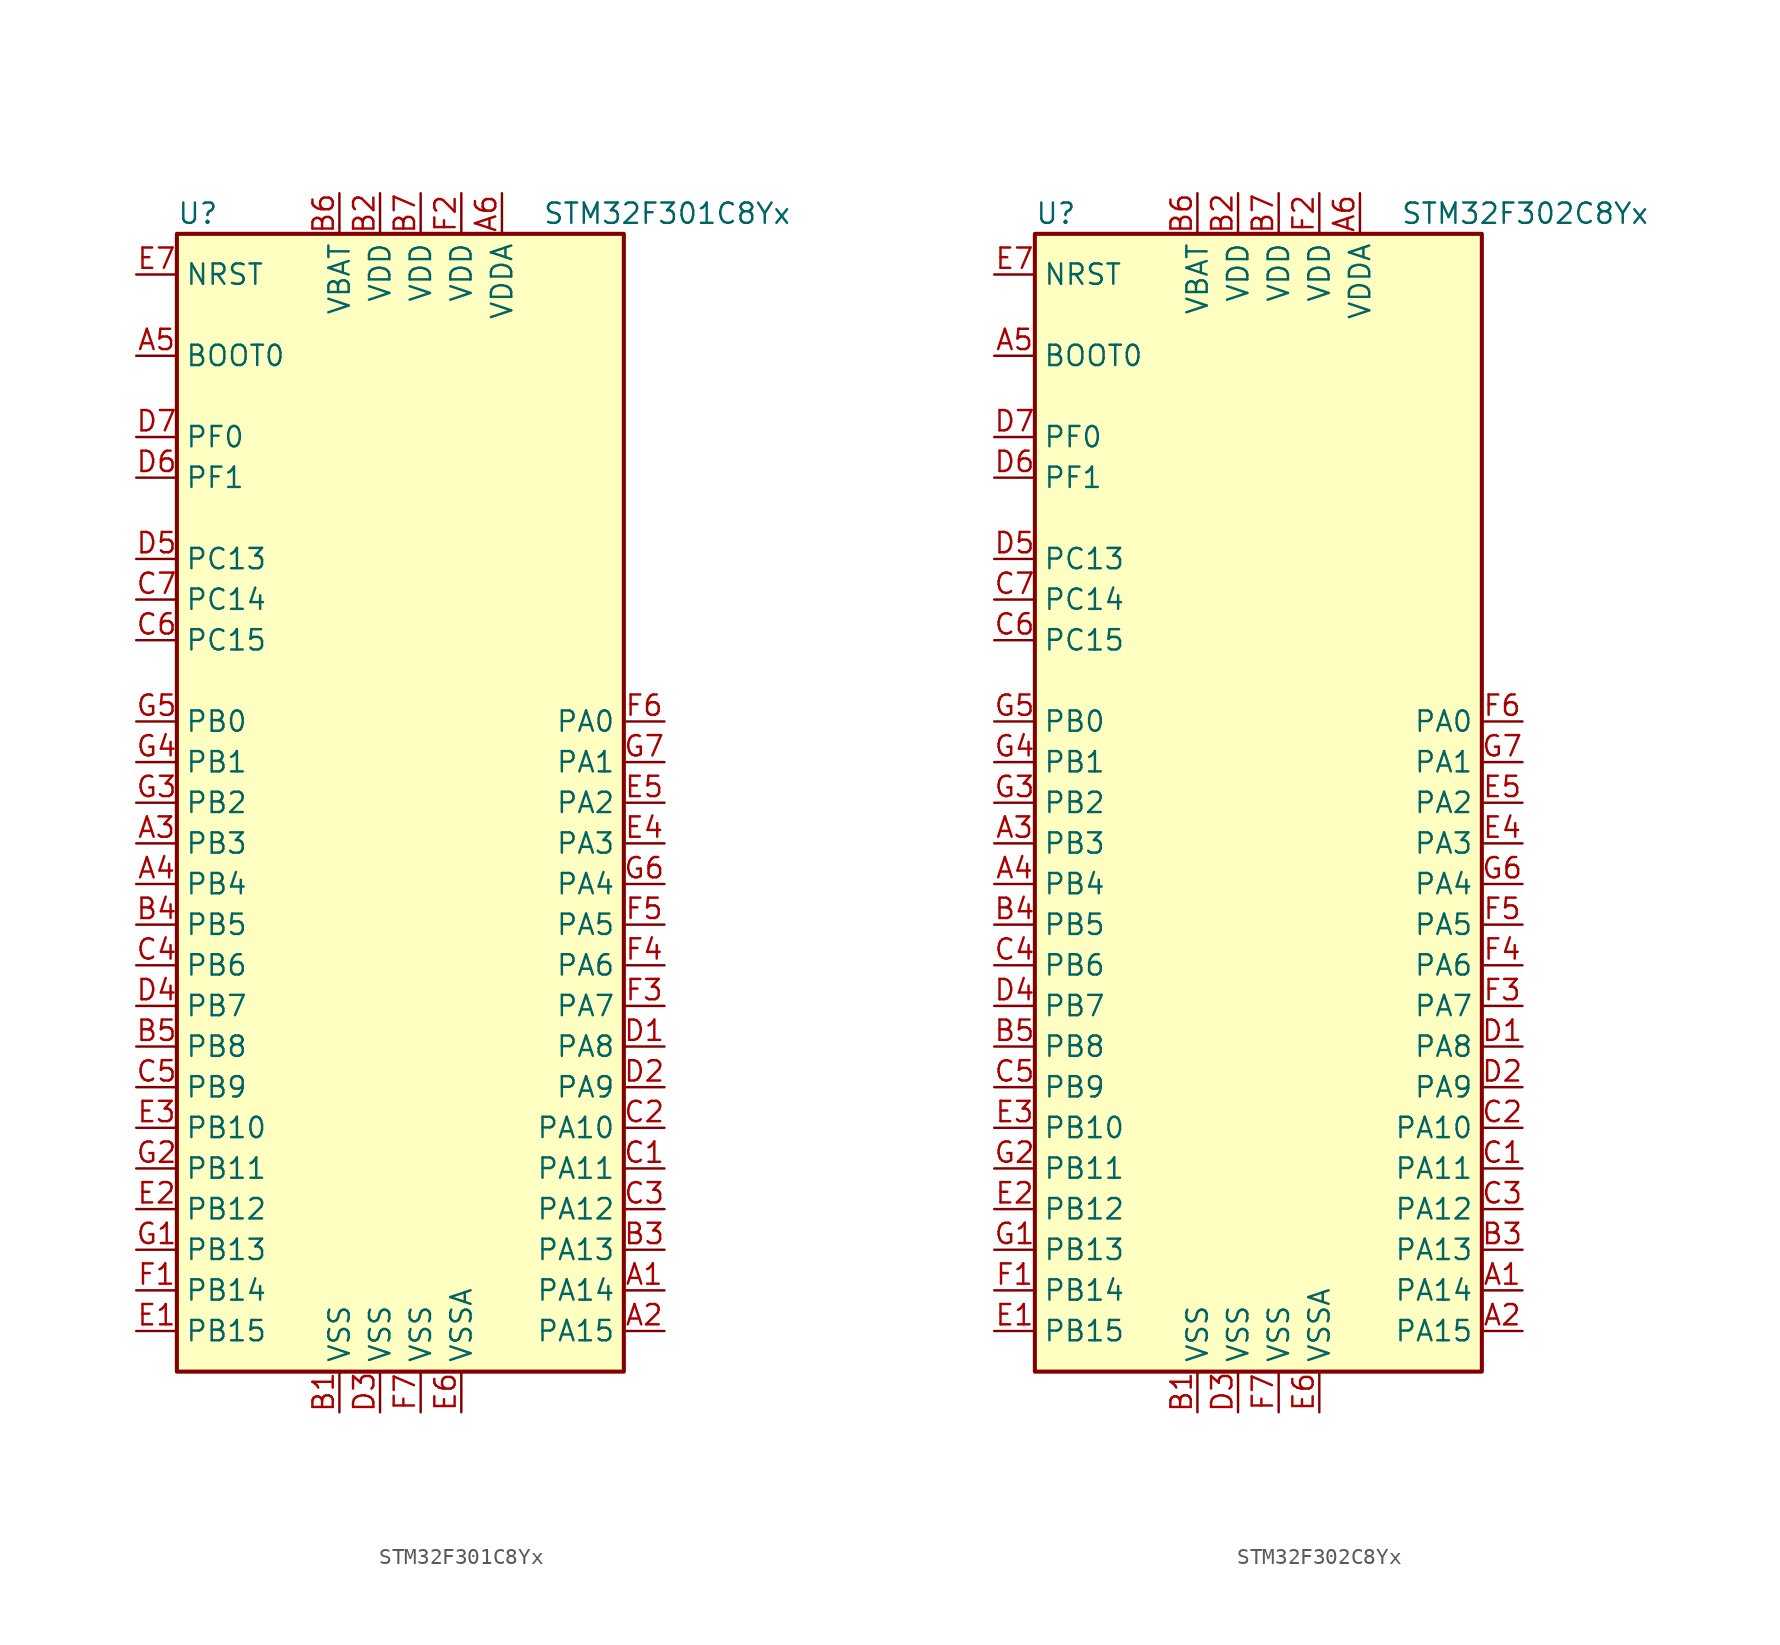
<source format=kicad_sym>
(kicad_symbol_lib
  (version 20201005)
  (generator kicad_symbol_editor)
  (symbol "MCU_ST_STM32F3:STM32F301C8Yx"
    (property "Reference" "U"
      (at -15.24 36.83 0)
      (effects (font (size 1.27 1.27)) (justify left)))
    (property "Value" "STM32F301C8Yx"
      (at 7.62 36.83 0)
      (effects (font (size 1.27 1.27)) (justify left)))
    (symbol "STM32F301C8Yx_0_1"
      (rectangle (start -15.24 -35.56) (end 12.7 35.56) (stroke (width 0.254)) (fill (type background))))
    (symbol "STM32F301C8Yx_1_1"
      (pin input line (at -17.78 27.94 0) (length 2.54) (name "BOOT0" (effects (font (size 1.27 1.27)))) (number "A5" (effects (font (size 1.27 1.27)))))
      (pin no_connect line (at -15.24 -33.02 0) (length 2.54) hide (name "NC" (effects (font (size 1.27 1.27)))) (number "A7" (effects (font (size 1.27 1.27)))))
      (pin input line (at -17.78 33.02 0) (length 2.54) (name "NRST" (effects (font (size 1.27 1.27)))) (number "E7" (effects (font (size 1.27 1.27)))))
      (pin bidirectional line (at 15.24 5.08 180) (length 2.54) (name "PA0" (effects (font (size 1.27 1.27)))) (number "F6" (effects (font (size 1.27 1.27)))))
      (pin bidirectional line (at 15.24 2.54 180) (length 2.54) (name "PA1" (effects (font (size 1.27 1.27)))) (number "G7" (effects (font (size 1.27 1.27)))))
      (pin bidirectional line (at 15.24 -20.32 180) (length 2.54) (name "PA10" (effects (font (size 1.27 1.27)))) (number "C2" (effects (font (size 1.27 1.27)))))
      (pin bidirectional line (at 15.24 -22.86 180) (length 2.54) (name "PA11" (effects (font (size 1.27 1.27)))) (number "C1" (effects (font (size 1.27 1.27)))))
      (pin bidirectional line (at 15.24 -25.4 180) (length 2.54) (name "PA12" (effects (font (size 1.27 1.27)))) (number "C3" (effects (font (size 1.27 1.27)))))
      (pin bidirectional line (at 15.24 -27.94 180) (length 2.54) (name "PA13" (effects (font (size 1.27 1.27)))) (number "B3" (effects (font (size 1.27 1.27)))))
      (pin bidirectional line (at 15.24 -30.48 180) (length 2.54) (name "PA14" (effects (font (size 1.27 1.27)))) (number "A1" (effects (font (size 1.27 1.27)))))
      (pin bidirectional line (at 15.24 -33.02 180) (length 2.54) (name "PA15" (effects (font (size 1.27 1.27)))) (number "A2" (effects (font (size 1.27 1.27)))))
      (pin bidirectional line (at 15.24 0 180) (length 2.54) (name "PA2" (effects (font (size 1.27 1.27)))) (number "E5" (effects (font (size 1.27 1.27)))))
      (pin bidirectional line (at 15.24 -2.54 180) (length 2.54) (name "PA3" (effects (font (size 1.27 1.27)))) (number "E4" (effects (font (size 1.27 1.27)))))
      (pin bidirectional line (at 15.24 -5.08 180) (length 2.54) (name "PA4" (effects (font (size 1.27 1.27)))) (number "G6" (effects (font (size 1.27 1.27)))))
      (pin bidirectional line (at 15.24 -7.62 180) (length 2.54) (name "PA5" (effects (font (size 1.27 1.27)))) (number "F5" (effects (font (size 1.27 1.27)))))
      (pin bidirectional line (at 15.24 -10.16 180) (length 2.54) (name "PA6" (effects (font (size 1.27 1.27)))) (number "F4" (effects (font (size 1.27 1.27)))))
      (pin bidirectional line (at 15.24 -12.7 180) (length 2.54) (name "PA7" (effects (font (size 1.27 1.27)))) (number "F3" (effects (font (size 1.27 1.27)))))
      (pin bidirectional line (at 15.24 -15.24 180) (length 2.54) (name "PA8" (effects (font (size 1.27 1.27)))) (number "D1" (effects (font (size 1.27 1.27)))))
      (pin bidirectional line (at 15.24 -17.78 180) (length 2.54) (name "PA9" (effects (font (size 1.27 1.27)))) (number "D2" (effects (font (size 1.27 1.27)))))
      (pin bidirectional line (at -17.78 5.08 0) (length 2.54) (name "PB0" (effects (font (size 1.27 1.27)))) (number "G5" (effects (font (size 1.27 1.27)))))
      (pin bidirectional line (at -17.78 2.54 0) (length 2.54) (name "PB1" (effects (font (size 1.27 1.27)))) (number "G4" (effects (font (size 1.27 1.27)))))
      (pin bidirectional line (at -17.78 -20.32 0) (length 2.54) (name "PB10" (effects (font (size 1.27 1.27)))) (number "E3" (effects (font (size 1.27 1.27)))))
      (pin bidirectional line (at -17.78 -22.86 0) (length 2.54) (name "PB11" (effects (font (size 1.27 1.27)))) (number "G2" (effects (font (size 1.27 1.27)))))
      (pin bidirectional line (at -17.78 -25.4 0) (length 2.54) (name "PB12" (effects (font (size 1.27 1.27)))) (number "E2" (effects (font (size 1.27 1.27)))))
      (pin bidirectional line (at -17.78 -27.94 0) (length 2.54) (name "PB13" (effects (font (size 1.27 1.27)))) (number "G1" (effects (font (size 1.27 1.27)))))
      (pin bidirectional line (at -17.78 -30.48 0) (length 2.54) (name "PB14" (effects (font (size 1.27 1.27)))) (number "F1" (effects (font (size 1.27 1.27)))))
      (pin bidirectional line (at -17.78 -33.02 0) (length 2.54) (name "PB15" (effects (font (size 1.27 1.27)))) (number "E1" (effects (font (size 1.27 1.27)))))
      (pin bidirectional line (at -17.78 0 0) (length 2.54) (name "PB2" (effects (font (size 1.27 1.27)))) (number "G3" (effects (font (size 1.27 1.27)))))
      (pin bidirectional line (at -17.78 -2.54 0) (length 2.54) (name "PB3" (effects (font (size 1.27 1.27)))) (number "A3" (effects (font (size 1.27 1.27)))))
      (pin bidirectional line (at -17.78 -5.08 0) (length 2.54) (name "PB4" (effects (font (size 1.27 1.27)))) (number "A4" (effects (font (size 1.27 1.27)))))
      (pin bidirectional line (at -17.78 -7.62 0) (length 2.54) (name "PB5" (effects (font (size 1.27 1.27)))) (number "B4" (effects (font (size 1.27 1.27)))))
      (pin bidirectional line (at -17.78 -10.16 0) (length 2.54) (name "PB6" (effects (font (size 1.27 1.27)))) (number "C4" (effects (font (size 1.27 1.27)))))
      (pin bidirectional line (at -17.78 -12.7 0) (length 2.54) (name "PB7" (effects (font (size 1.27 1.27)))) (number "D4" (effects (font (size 1.27 1.27)))))
      (pin bidirectional line (at -17.78 -15.24 0) (length 2.54) (name "PB8" (effects (font (size 1.27 1.27)))) (number "B5" (effects (font (size 1.27 1.27)))))
      (pin bidirectional line (at -17.78 -17.78 0) (length 2.54) (name "PB9" (effects (font (size 1.27 1.27)))) (number "C5" (effects (font (size 1.27 1.27)))))
      (pin bidirectional line (at -17.78 15.24 0) (length 2.54) (name "PC13" (effects (font (size 1.27 1.27)))) (number "D5" (effects (font (size 1.27 1.27)))))
      (pin bidirectional line (at -17.78 12.7 0) (length 2.54) (name "PC14" (effects (font (size 1.27 1.27)))) (number "C7" (effects (font (size 1.27 1.27)))))
      (pin bidirectional line (at -17.78 10.16 0) (length 2.54) (name "PC15" (effects (font (size 1.27 1.27)))) (number "C6" (effects (font (size 1.27 1.27)))))
      (pin input line (at -17.78 22.86 0) (length 2.54) (name "PF0" (effects (font (size 1.27 1.27)))) (number "D7" (effects (font (size 1.27 1.27)))))
      (pin input line (at -17.78 20.32 0) (length 2.54) (name "PF1" (effects (font (size 1.27 1.27)))) (number "D6" (effects (font (size 1.27 1.27)))))
      (pin power_in line (at -5.08 38.1 270) (length 2.54) (name "VBAT" (effects (font (size 1.27 1.27)))) (number "B6" (effects (font (size 1.27 1.27)))))
      (pin power_in line (at -2.54 38.1 270) (length 2.54) (name "VDD" (effects (font (size 1.27 1.27)))) (number "B2" (effects (font (size 1.27 1.27)))))
      (pin power_in line (at 0 38.1 270) (length 2.54) (name "VDD" (effects (font (size 1.27 1.27)))) (number "B7" (effects (font (size 1.27 1.27)))))
      (pin power_in line (at 2.54 38.1 270) (length 2.54) (name "VDD" (effects (font (size 1.27 1.27)))) (number "F2" (effects (font (size 1.27 1.27)))))
      (pin power_in line (at 5.08 38.1 270) (length 2.54) (name "VDDA" (effects (font (size 1.27 1.27)))) (number "A6" (effects (font (size 1.27 1.27)))))
      (pin power_in line (at -5.08 -38.1 90) (length 2.54) (name "VSS" (effects (font (size 1.27 1.27)))) (number "B1" (effects (font (size 1.27 1.27)))))
      (pin power_in line (at -2.54 -38.1 90) (length 2.54) (name "VSS" (effects (font (size 1.27 1.27)))) (number "D3" (effects (font (size 1.27 1.27)))))
      (pin power_in line (at 0 -38.1 90) (length 2.54) (name "VSS" (effects (font (size 1.27 1.27)))) (number "F7" (effects (font (size 1.27 1.27)))))
      (pin power_in line (at 2.54 -38.1 90) (length 2.54) (name "VSSA" (effects (font (size 1.27 1.27)))) (number "E6" (effects (font (size 1.27 1.27)))))))
  (symbol "MCU_ST_STM32F3:STM32F302C8Yx"
    (property "Reference" "U"
      (at -15.24 36.83 0)
      (effects (font (size 1.27 1.27)) (justify left)))
    (property "Value" "STM32F302C8Yx"
      (at 7.62 36.83 0)
      (effects (font (size 1.27 1.27)) (justify left)))
    (symbol "STM32F302C8Yx_0_1"
      (rectangle (start -15.24 -35.56) (end 12.7 35.56) (stroke (width 0.254)) (fill (type background))))
    (symbol "STM32F302C8Yx_1_1"
      (pin input line (at -17.78 27.94 0) (length 2.54) (name "BOOT0" (effects (font (size 1.27 1.27)))) (number "A5" (effects (font (size 1.27 1.27)))))
      (pin no_connect line (at -15.24 -33.02 0) (length 2.54) hide (name "NC" (effects (font (size 1.27 1.27)))) (number "A7" (effects (font (size 1.27 1.27)))))
      (pin input line (at -17.78 33.02 0) (length 2.54) (name "NRST" (effects (font (size 1.27 1.27)))) (number "E7" (effects (font (size 1.27 1.27)))))
      (pin bidirectional line (at 15.24 5.08 180) (length 2.54) (name "PA0" (effects (font (size 1.27 1.27)))) (number "F6" (effects (font (size 1.27 1.27)))))
      (pin bidirectional line (at 15.24 2.54 180) (length 2.54) (name "PA1" (effects (font (size 1.27 1.27)))) (number "G7" (effects (font (size 1.27 1.27)))))
      (pin bidirectional line (at 15.24 -20.32 180) (length 2.54) (name "PA10" (effects (font (size 1.27 1.27)))) (number "C2" (effects (font (size 1.27 1.27)))))
      (pin bidirectional line (at 15.24 -22.86 180) (length 2.54) (name "PA11" (effects (font (size 1.27 1.27)))) (number "C1" (effects (font (size 1.27 1.27)))))
      (pin bidirectional line (at 15.24 -25.4 180) (length 2.54) (name "PA12" (effects (font (size 1.27 1.27)))) (number "C3" (effects (font (size 1.27 1.27)))))
      (pin bidirectional line (at 15.24 -27.94 180) (length 2.54) (name "PA13" (effects (font (size 1.27 1.27)))) (number "B3" (effects (font (size 1.27 1.27)))))
      (pin bidirectional line (at 15.24 -30.48 180) (length 2.54) (name "PA14" (effects (font (size 1.27 1.27)))) (number "A1" (effects (font (size 1.27 1.27)))))
      (pin bidirectional line (at 15.24 -33.02 180) (length 2.54) (name "PA15" (effects (font (size 1.27 1.27)))) (number "A2" (effects (font (size 1.27 1.27)))))
      (pin bidirectional line (at 15.24 0 180) (length 2.54) (name "PA2" (effects (font (size 1.27 1.27)))) (number "E5" (effects (font (size 1.27 1.27)))))
      (pin bidirectional line (at 15.24 -2.54 180) (length 2.54) (name "PA3" (effects (font (size 1.27 1.27)))) (number "E4" (effects (font (size 1.27 1.27)))))
      (pin bidirectional line (at 15.24 -5.08 180) (length 2.54) (name "PA4" (effects (font (size 1.27 1.27)))) (number "G6" (effects (font (size 1.27 1.27)))))
      (pin bidirectional line (at 15.24 -7.62 180) (length 2.54) (name "PA5" (effects (font (size 1.27 1.27)))) (number "F5" (effects (font (size 1.27 1.27)))))
      (pin bidirectional line (at 15.24 -10.16 180) (length 2.54) (name "PA6" (effects (font (size 1.27 1.27)))) (number "F4" (effects (font (size 1.27 1.27)))))
      (pin bidirectional line (at 15.24 -12.7 180) (length 2.54) (name "PA7" (effects (font (size 1.27 1.27)))) (number "F3" (effects (font (size 1.27 1.27)))))
      (pin bidirectional line (at 15.24 -15.24 180) (length 2.54) (name "PA8" (effects (font (size 1.27 1.27)))) (number "D1" (effects (font (size 1.27 1.27)))))
      (pin bidirectional line (at 15.24 -17.78 180) (length 2.54) (name "PA9" (effects (font (size 1.27 1.27)))) (number "D2" (effects (font (size 1.27 1.27)))))
      (pin bidirectional line (at -17.78 5.08 0) (length 2.54) (name "PB0" (effects (font (size 1.27 1.27)))) (number "G5" (effects (font (size 1.27 1.27)))))
      (pin bidirectional line (at -17.78 2.54 0) (length 2.54) (name "PB1" (effects (font (size 1.27 1.27)))) (number "G4" (effects (font (size 1.27 1.27)))))
      (pin bidirectional line (at -17.78 -20.32 0) (length 2.54) (name "PB10" (effects (font (size 1.27 1.27)))) (number "E3" (effects (font (size 1.27 1.27)))))
      (pin bidirectional line (at -17.78 -22.86 0) (length 2.54) (name "PB11" (effects (font (size 1.27 1.27)))) (number "G2" (effects (font (size 1.27 1.27)))))
      (pin bidirectional line (at -17.78 -25.4 0) (length 2.54) (name "PB12" (effects (font (size 1.27 1.27)))) (number "E2" (effects (font (size 1.27 1.27)))))
      (pin bidirectional line (at -17.78 -27.94 0) (length 2.54) (name "PB13" (effects (font (size 1.27 1.27)))) (number "G1" (effects (font (size 1.27 1.27)))))
      (pin bidirectional line (at -17.78 -30.48 0) (length 2.54) (name "PB14" (effects (font (size 1.27 1.27)))) (number "F1" (effects (font (size 1.27 1.27)))))
      (pin bidirectional line (at -17.78 -33.02 0) (length 2.54) (name "PB15" (effects (font (size 1.27 1.27)))) (number "E1" (effects (font (size 1.27 1.27)))))
      (pin bidirectional line (at -17.78 0 0) (length 2.54) (name "PB2" (effects (font (size 1.27 1.27)))) (number "G3" (effects (font (size 1.27 1.27)))))
      (pin bidirectional line (at -17.78 -2.54 0) (length 2.54) (name "PB3" (effects (font (size 1.27 1.27)))) (number "A3" (effects (font (size 1.27 1.27)))))
      (pin bidirectional line (at -17.78 -5.08 0) (length 2.54) (name "PB4" (effects (font (size 1.27 1.27)))) (number "A4" (effects (font (size 1.27 1.27)))))
      (pin bidirectional line (at -17.78 -7.62 0) (length 2.54) (name "PB5" (effects (font (size 1.27 1.27)))) (number "B4" (effects (font (size 1.27 1.27)))))
      (pin bidirectional line (at -17.78 -10.16 0) (length 2.54) (name "PB6" (effects (font (size 1.27 1.27)))) (number "C4" (effects (font (size 1.27 1.27)))))
      (pin bidirectional line (at -17.78 -12.7 0) (length 2.54) (name "PB7" (effects (font (size 1.27 1.27)))) (number "D4" (effects (font (size 1.27 1.27)))))
      (pin bidirectional line (at -17.78 -15.24 0) (length 2.54) (name "PB8" (effects (font (size 1.27 1.27)))) (number "B5" (effects (font (size 1.27 1.27)))))
      (pin bidirectional line (at -17.78 -17.78 0) (length 2.54) (name "PB9" (effects (font (size 1.27 1.27)))) (number "C5" (effects (font (size 1.27 1.27)))))
      (pin bidirectional line (at -17.78 15.24 0) (length 2.54) (name "PC13" (effects (font (size 1.27 1.27)))) (number "D5" (effects (font (size 1.27 1.27)))))
      (pin bidirectional line (at -17.78 12.7 0) (length 2.54) (name "PC14" (effects (font (size 1.27 1.27)))) (number "C7" (effects (font (size 1.27 1.27)))))
      (pin bidirectional line (at -17.78 10.16 0) (length 2.54) (name "PC15" (effects (font (size 1.27 1.27)))) (number "C6" (effects (font (size 1.27 1.27)))))
      (pin input line (at -17.78 22.86 0) (length 2.54) (name "PF0" (effects (font (size 1.27 1.27)))) (number "D7" (effects (font (size 1.27 1.27)))))
      (pin input line (at -17.78 20.32 0) (length 2.54) (name "PF1" (effects (font (size 1.27 1.27)))) (number "D6" (effects (font (size 1.27 1.27)))))
      (pin power_in line (at -5.08 38.1 270) (length 2.54) (name "VBAT" (effects (font (size 1.27 1.27)))) (number "B6" (effects (font (size 1.27 1.27)))))
      (pin power_in line (at -2.54 38.1 270) (length 2.54) (name "VDD" (effects (font (size 1.27 1.27)))) (number "B2" (effects (font (size 1.27 1.27)))))
      (pin power_in line (at 0 38.1 270) (length 2.54) (name "VDD" (effects (font (size 1.27 1.27)))) (number "B7" (effects (font (size 1.27 1.27)))))
      (pin power_in line (at 2.54 38.1 270) (length 2.54) (name "VDD" (effects (font (size 1.27 1.27)))) (number "F2" (effects (font (size 1.27 1.27)))))
      (pin power_in line (at 5.08 38.1 270) (length 2.54) (name "VDDA" (effects (font (size 1.27 1.27)))) (number "A6" (effects (font (size 1.27 1.27)))))
      (pin power_in line (at -5.08 -38.1 90) (length 2.54) (name "VSS" (effects (font (size 1.27 1.27)))) (number "B1" (effects (font (size 1.27 1.27)))))
      (pin power_in line (at -2.54 -38.1 90) (length 2.54) (name "VSS" (effects (font (size 1.27 1.27)))) (number "D3" (effects (font (size 1.27 1.27)))))
      (pin power_in line (at 0 -38.1 90) (length 2.54) (name "VSS" (effects (font (size 1.27 1.27)))) (number "F7" (effects (font (size 1.27 1.27)))))
      (pin power_in line (at 2.54 -38.1 90) (length 2.54) (name "VSSA" (effects (font (size 1.27 1.27)))) (number "E6" (effects (font (size 1.27 1.27))))))))
</source>
